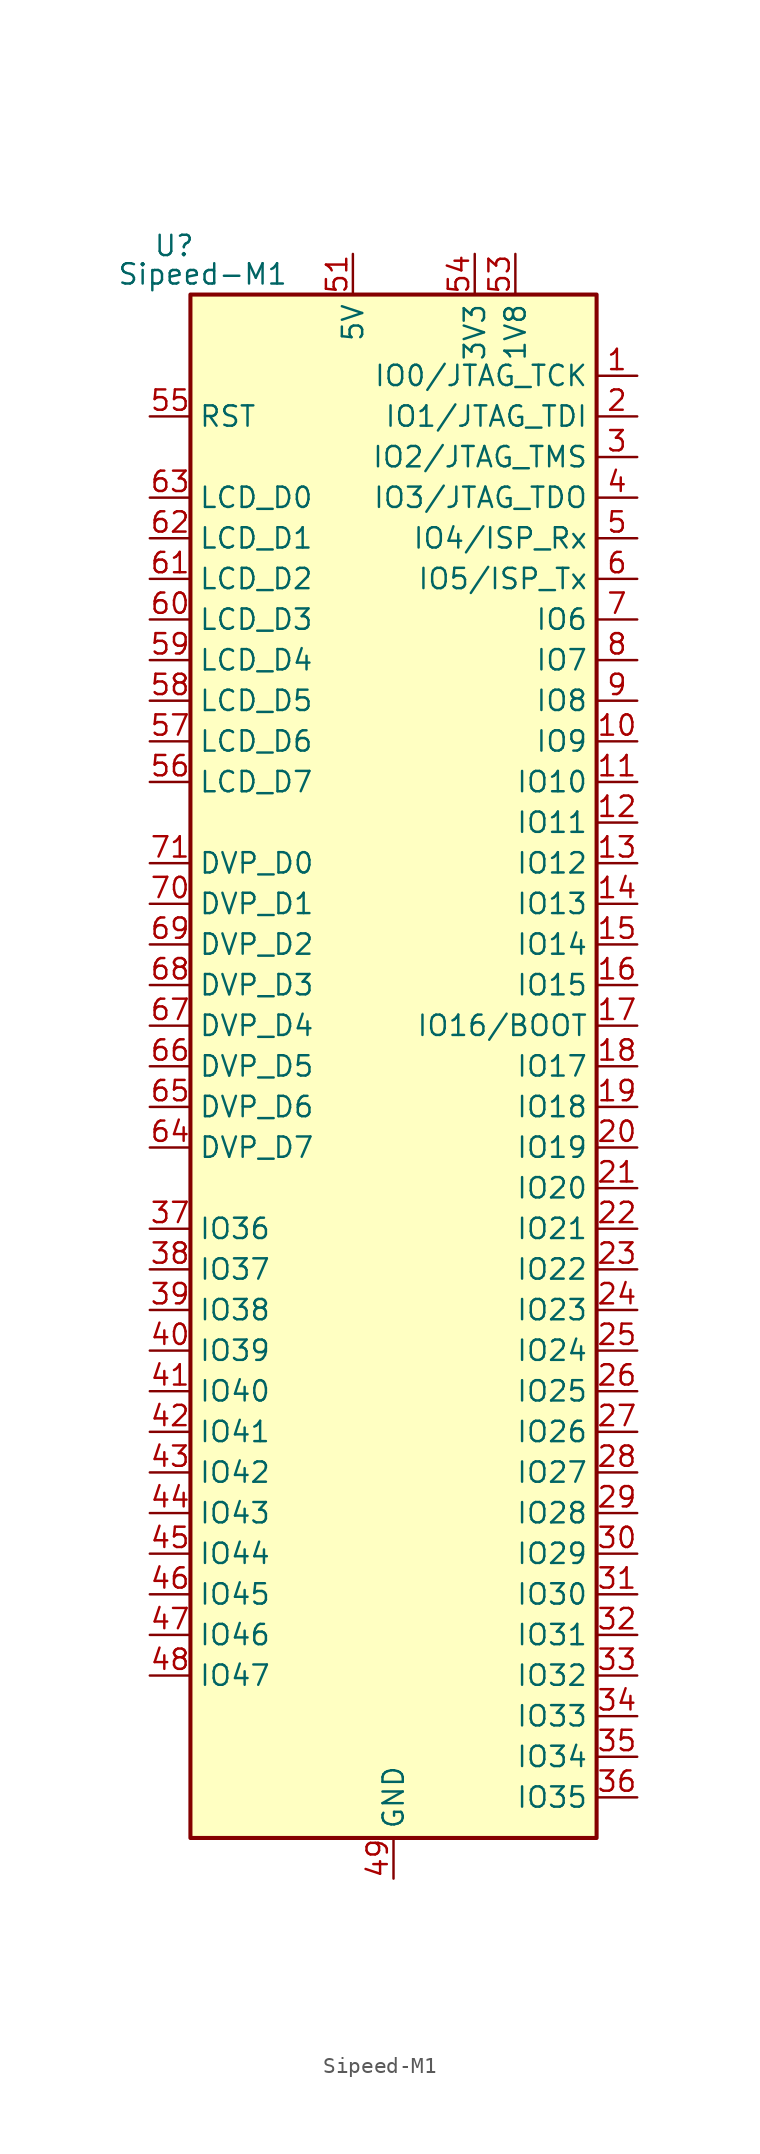
<source format=kicad_sym>
(kicad_symbol_lib
  (version 20241209)
  (generator "kicad_symbol_editor")
  (generator_version "9.0")
  (symbol "Sipeed-M1"
    (property "Reference" "U"
      (at -13.716 51.308 0)
      (effects (font (size 1.27 1.27))))
    (property "Value" "Sipeed-M1"
      (at -11.938 49.53 0)
      (effects (font (size 1.27 1.27))))
    (symbol "Sipeed-M1_0_1"
      (rectangle (start -12.7 48.26) (end 12.7 -48.26) (stroke (width 0.254) (type default)) (fill (type background))))
    (symbol "Sipeed-M1_1_1"
      (pin input line (at -15.24 40.64 0) (length 2.54) (name "RST" (effects (font (size 1.27 1.27)))) (number "55" (effects (font (size 1.27 1.27)))))
      (pin bidirectional line (at -15.24 35.56 0) (length 2.54) (name "LCD_D0" (effects (font (size 1.27 1.27)))) (number "63" (effects (font (size 1.27 1.27)))))
      (pin bidirectional line (at -15.24 33.02 0) (length 2.54) (name "LCD_D1" (effects (font (size 1.27 1.27)))) (number "62" (effects (font (size 1.27 1.27)))))
      (pin bidirectional line (at -15.24 30.48 0) (length 2.54) (name "LCD_D2" (effects (font (size 1.27 1.27)))) (number "61" (effects (font (size 1.27 1.27)))))
      (pin bidirectional line (at -15.24 27.94 0) (length 2.54) (name "LCD_D3" (effects (font (size 1.27 1.27)))) (number "60" (effects (font (size 1.27 1.27)))))
      (pin bidirectional line (at -15.24 25.4 0) (length 2.54) (name "LCD_D4" (effects (font (size 1.27 1.27)))) (number "59" (effects (font (size 1.27 1.27)))))
      (pin bidirectional line (at -15.24 22.86 0) (length 2.54) (name "LCD_D5" (effects (font (size 1.27 1.27)))) (number "58" (effects (font (size 1.27 1.27)))))
      (pin bidirectional line (at -15.24 20.32 0) (length 2.54) (name "LCD_D6" (effects (font (size 1.27 1.27)))) (number "57" (effects (font (size 1.27 1.27)))))
      (pin bidirectional line (at -15.24 17.78 0) (length 2.54) (name "LCD_D7" (effects (font (size 1.27 1.27)))) (number "56" (effects (font (size 1.27 1.27)))))
      (pin bidirectional line (at -15.24 12.7 0) (length 2.54) (name "DVP_D0" (effects (font (size 1.27 1.27)))) (number "71" (effects (font (size 1.27 1.27)))))
      (pin bidirectional line (at -15.24 10.16 0) (length 2.54) (name "DVP_D1" (effects (font (size 1.27 1.27)))) (number "70" (effects (font (size 1.27 1.27)))))
      (pin bidirectional line (at -15.24 7.62 0) (length 2.54) (name "DVP_D2" (effects (font (size 1.27 1.27)))) (number "69" (effects (font (size 1.27 1.27)))))
      (pin bidirectional line (at -15.24 5.08 0) (length 2.54) (name "DVP_D3" (effects (font (size 1.27 1.27)))) (number "68" (effects (font (size 1.27 1.27)))))
      (pin bidirectional line (at -15.24 2.54 0) (length 2.54) (name "DVP_D4" (effects (font (size 1.27 1.27)))) (number "67" (effects (font (size 1.27 1.27)))))
      (pin bidirectional line (at -15.24 0 0) (length 2.54) (name "DVP_D5" (effects (font (size 1.27 1.27)))) (number "66" (effects (font (size 1.27 1.27)))))
      (pin bidirectional line (at -15.24 -2.54 0) (length 2.54) (name "DVP_D6" (effects (font (size 1.27 1.27)))) (number "65" (effects (font (size 1.27 1.27)))))
      (pin bidirectional line (at -15.24 -5.08 0) (length 2.54) (name "DVP_D7" (effects (font (size 1.27 1.27)))) (number "64" (effects (font (size 1.27 1.27)))))
      (pin bidirectional line (at -15.24 -10.16 0) (length 2.54) (name "IO36" (effects (font (size 1.27 1.27)))) (number "37" (effects (font (size 1.27 1.27)))) (alternate "LCD_CS" output line))
      (pin bidirectional line (at -15.24 -12.7 0) (length 2.54) (name "IO37" (effects (font (size 1.27 1.27)))) (number "38" (effects (font (size 1.27 1.27)))) (alternate "LCD_RST" output line))
      (pin bidirectional line (at -15.24 -15.24 0) (length 2.54) (name "IO38" (effects (font (size 1.27 1.27)))) (number "39" (effects (font (size 1.27 1.27)))) (alternate "LCD_DC" output line))
      (pin bidirectional line (at -15.24 -17.78 0) (length 2.54) (name "IO39" (effects (font (size 1.27 1.27)))) (number "40" (effects (font (size 1.27 1.27)))) (alternate "LCD_WR" output line))
      (pin bidirectional line (at -15.24 -20.32 0) (length 2.54) (name "IO40" (effects (font (size 1.27 1.27)))) (number "41" (effects (font (size 1.27 1.27)))))
      (pin bidirectional line (at -15.24 -22.86 0) (length 2.54) (name "IO41" (effects (font (size 1.27 1.27)))) (number "42" (effects (font (size 1.27 1.27)))))
      (pin bidirectional line (at -15.24 -25.4 0) (length 2.54) (name "IO42" (effects (font (size 1.27 1.27)))) (number "43" (effects (font (size 1.27 1.27)))))
      (pin bidirectional line (at -15.24 -27.94 0) (length 2.54) (name "IO43" (effects (font (size 1.27 1.27)))) (number "44" (effects (font (size 1.27 1.27)))))
      (pin bidirectional line (at -15.24 -30.48 0) (length 2.54) (name "IO44" (effects (font (size 1.27 1.27)))) (number "45" (effects (font (size 1.27 1.27)))))
      (pin bidirectional line (at -15.24 -33.02 0) (length 2.54) (name "IO45" (effects (font (size 1.27 1.27)))) (number "46" (effects (font (size 1.27 1.27)))))
      (pin bidirectional line (at -15.24 -35.56 0) (length 2.54) (name "IO46" (effects (font (size 1.27 1.27)))) (number "47" (effects (font (size 1.27 1.27)))))
      (pin bidirectional line (at -15.24 -38.1 0) (length 2.54) (name "IO47" (effects (font (size 1.27 1.27)))) (number "48" (effects (font (size 1.27 1.27)))))
      (pin power_in line (at -2.54 50.8 270) (length 2.54) (name "5V" (effects (font (size 1.27 1.27)))) (number "51" (effects (font (size 1.27 1.27)))))
      (pin passive line (at -2.54 50.8 270) (length 2.54) (hide yes) (name "5V" (effects (font (size 1.27 1.27)))) (number "52" (effects (font (size 1.27 1.27)))))
      (pin power_in line (at 0 -50.8 90) (length 2.54) (name "GND" (effects (font (size 1.27 1.27)))) (number "49" (effects (font (size 1.27 1.27)))))
      (pin passive line (at 0 -50.8 90) (length 2.54) (hide yes) (name "GND" (effects (font (size 1.27 1.27)))) (number "50" (effects (font (size 1.27 1.27)))))
      (pin passive line (at 0 -50.8 90) (length 2.54) (hide yes) (name "GND" (effects (font (size 1.27 1.27)))) (number "72" (effects (font (size 1.27 1.27)))))
      (pin power_out line (at 5.08 50.8 270) (length 2.54) (name "3V3" (effects (font (size 1.27 1.27)))) (number "54" (effects (font (size 1.27 1.27)))))
      (pin power_out line (at 7.62 50.8 270) (length 2.54) (name "1V8" (effects (font (size 1.27 1.27)))) (number "53" (effects (font (size 1.27 1.27)))))
      (pin bidirectional line (at 15.24 43.18 180) (length 2.54) (name "IO0/JTAG_TCK" (effects (font (size 1.27 1.27)))) (number "1" (effects (font (size 1.27 1.27)))) (alternate "JTAG_TCK" input line))
      (pin bidirectional line (at 15.24 40.64 180) (length 2.54) (name "IO1/JTAG_TDI" (effects (font (size 1.27 1.27)))) (number "2" (effects (font (size 1.27 1.27)))) (alternate "JTAG_TDI" input line))
      (pin bidirectional line (at 15.24 38.1 180) (length 2.54) (name "IO2/JTAG_TMS" (effects (font (size 1.27 1.27)))) (number "3" (effects (font (size 1.27 1.27)))) (alternate "JTAG_TMS" input line))
      (pin bidirectional line (at 15.24 35.56 180) (length 2.54) (name "IO3/JTAG_TDO" (effects (font (size 1.27 1.27)))) (number "4" (effects (font (size 1.27 1.27)))) (alternate "JTAG_TDO" output line))
      (pin bidirectional line (at 15.24 33.02 180) (length 2.54) (name "IO4/ISP_Rx" (effects (font (size 1.27 1.27)))) (number "5" (effects (font (size 1.27 1.27)))) (alternate "ISP_RX" input line))
      (pin bidirectional line (at 15.24 30.48 180) (length 2.54) (name "IO5/ISP_Tx" (effects (font (size 1.27 1.27)))) (number "6" (effects (font (size 1.27 1.27)))) (alternate "ISP_Tx" output line))
      (pin bidirectional line (at 15.24 27.94 180) (length 2.54) (name "IO6" (effects (font (size 1.27 1.27)))) (number "7" (effects (font (size 1.27 1.27)))))
      (pin bidirectional line (at 15.24 25.4 180) (length 2.54) (name "IO7" (effects (font (size 1.27 1.27)))) (number "8" (effects (font (size 1.27 1.27)))))
      (pin bidirectional line (at 15.24 22.86 180) (length 2.54) (name "IO8" (effects (font (size 1.27 1.27)))) (number "9" (effects (font (size 1.27 1.27)))))
      (pin bidirectional line (at 15.24 20.32 180) (length 2.54) (name "IO9" (effects (font (size 1.27 1.27)))) (number "10" (effects (font (size 1.27 1.27)))))
      (pin bidirectional line (at 15.24 17.78 180) (length 2.54) (name "IO10" (effects (font (size 1.27 1.27)))) (number "11" (effects (font (size 1.27 1.27)))))
      (pin bidirectional line (at 15.24 15.24 180) (length 2.54) (name "IO11" (effects (font (size 1.27 1.27)))) (number "12" (effects (font (size 1.27 1.27)))))
      (pin bidirectional line (at 15.24 12.7 180) (length 2.54) (name "IO12" (effects (font (size 1.27 1.27)))) (number "13" (effects (font (size 1.27 1.27)))))
      (pin bidirectional line (at 15.24 10.16 180) (length 2.54) (name "IO13" (effects (font (size 1.27 1.27)))) (number "14" (effects (font (size 1.27 1.27)))))
      (pin bidirectional line (at 15.24 7.62 180) (length 2.54) (name "IO14" (effects (font (size 1.27 1.27)))) (number "15" (effects (font (size 1.27 1.27)))))
      (pin bidirectional line (at 15.24 5.08 180) (length 2.54) (name "IO15" (effects (font (size 1.27 1.27)))) (number "16" (effects (font (size 1.27 1.27)))))
      (pin bidirectional line (at 15.24 2.54 180) (length 2.54) (name "IO16/BOOT" (effects (font (size 1.27 1.27)))) (number "17" (effects (font (size 1.27 1.27)))) (alternate "BOOT" input line))
      (pin bidirectional line (at 15.24 0 180) (length 2.54) (name "IO17" (effects (font (size 1.27 1.27)))) (number "18" (effects (font (size 1.27 1.27)))))
      (pin bidirectional line (at 15.24 -2.54 180) (length 2.54) (name "IO18" (effects (font (size 1.27 1.27)))) (number "19" (effects (font (size 1.27 1.27)))))
      (pin bidirectional line (at 15.24 -5.08 180) (length 2.54) (name "IO19" (effects (font (size 1.27 1.27)))) (number "20" (effects (font (size 1.27 1.27)))))
      (pin bidirectional line (at 15.24 -7.62 180) (length 2.54) (name "IO20" (effects (font (size 1.27 1.27)))) (number "21" (effects (font (size 1.27 1.27)))))
      (pin bidirectional line (at 15.24 -10.16 180) (length 2.54) (name "IO21" (effects (font (size 1.27 1.27)))) (number "22" (effects (font (size 1.27 1.27)))))
      (pin bidirectional line (at 15.24 -12.7 180) (length 2.54) (name "IO22" (effects (font (size 1.27 1.27)))) (number "23" (effects (font (size 1.27 1.27)))))
      (pin bidirectional line (at 15.24 -15.24 180) (length 2.54) (name "IO23" (effects (font (size 1.27 1.27)))) (number "24" (effects (font (size 1.27 1.27)))))
      (pin bidirectional line (at 15.24 -17.78 180) (length 2.54) (name "IO24" (effects (font (size 1.27 1.27)))) (number "25" (effects (font (size 1.27 1.27)))))
      (pin bidirectional line (at 15.24 -20.32 180) (length 2.54) (name "IO25" (effects (font (size 1.27 1.27)))) (number "26" (effects (font (size 1.27 1.27)))))
      (pin bidirectional line (at 15.24 -22.86 180) (length 2.54) (name "IO26" (effects (font (size 1.27 1.27)))) (number "27" (effects (font (size 1.27 1.27)))))
      (pin bidirectional line (at 15.24 -25.4 180) (length 2.54) (name "IO27" (effects (font (size 1.27 1.27)))) (number "28" (effects (font (size 1.27 1.27)))))
      (pin bidirectional line (at 15.24 -27.94 180) (length 2.54) (name "IO28" (effects (font (size 1.27 1.27)))) (number "29" (effects (font (size 1.27 1.27)))))
      (pin bidirectional line (at 15.24 -30.48 180) (length 2.54) (name "IO29" (effects (font (size 1.27 1.27)))) (number "30" (effects (font (size 1.27 1.27)))))
      (pin bidirectional line (at 15.24 -33.02 180) (length 2.54) (name "IO30" (effects (font (size 1.27 1.27)))) (number "31" (effects (font (size 1.27 1.27)))))
      (pin bidirectional line (at 15.24 -35.56 180) (length 2.54) (name "IO31" (effects (font (size 1.27 1.27)))) (number "32" (effects (font (size 1.27 1.27)))))
      (pin bidirectional line (at 15.24 -38.1 180) (length 2.54) (name "IO32" (effects (font (size 1.27 1.27)))) (number "33" (effects (font (size 1.27 1.27)))))
      (pin bidirectional line (at 15.24 -40.64 180) (length 2.54) (name "IO33" (effects (font (size 1.27 1.27)))) (number "34" (effects (font (size 1.27 1.27)))))
      (pin bidirectional line (at 15.24 -43.18 180) (length 2.54) (name "IO34" (effects (font (size 1.27 1.27)))) (number "35" (effects (font (size 1.27 1.27)))))
      (pin bidirectional line (at 15.24 -45.72 180) (length 2.54) (name "IO35" (effects (font (size 1.27 1.27)))) (number "36" (effects (font (size 1.27 1.27))))))))
</source>
